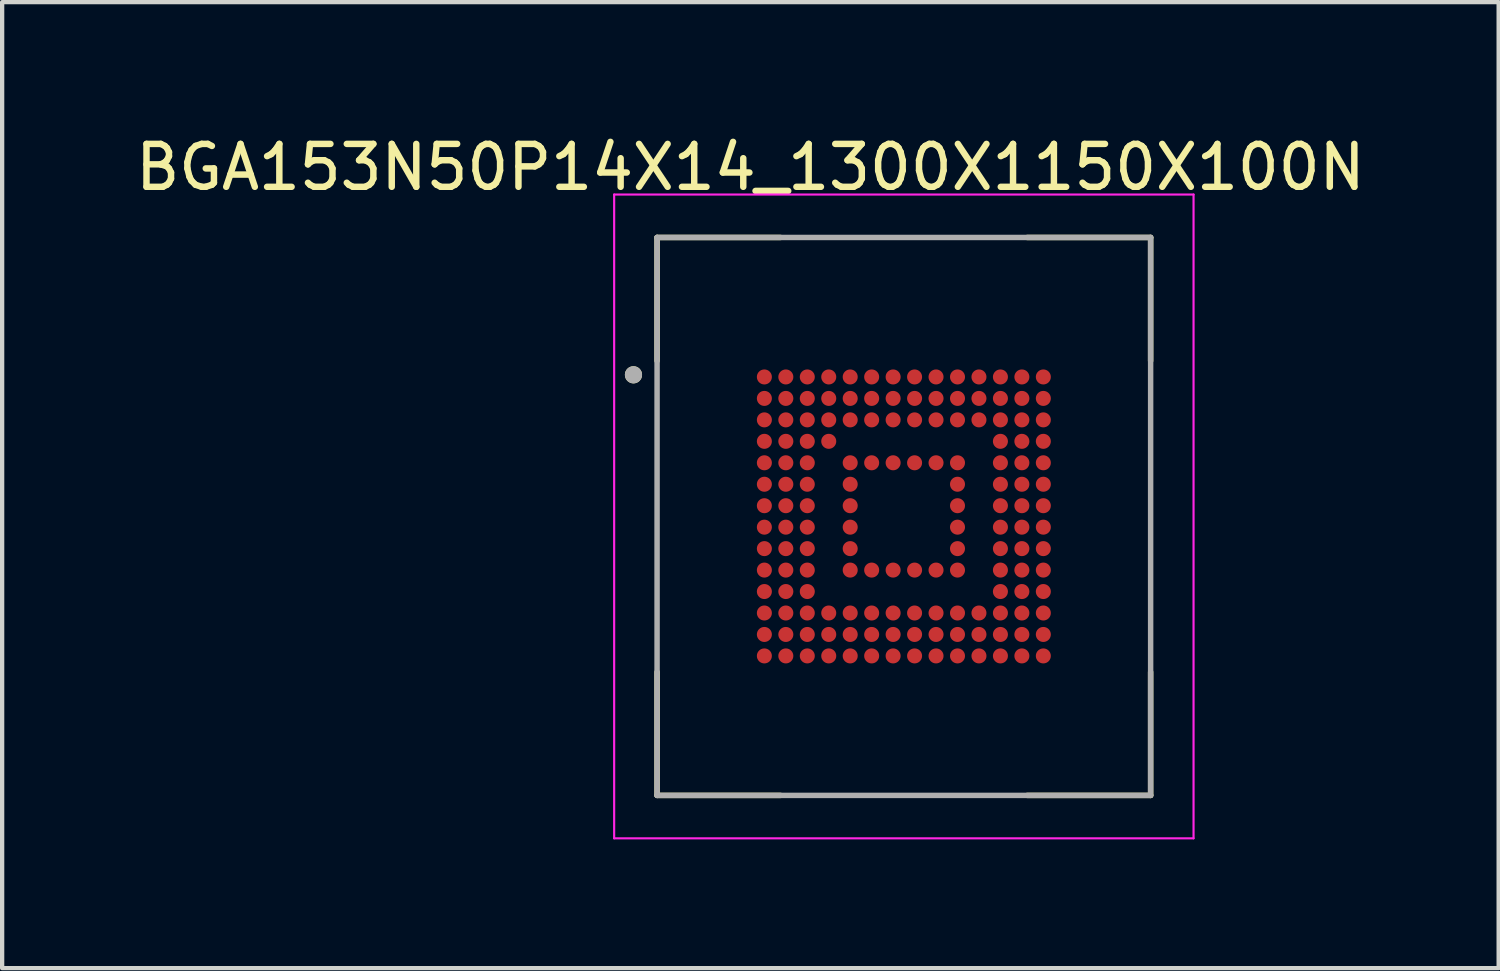
<source format=kicad_pcb>
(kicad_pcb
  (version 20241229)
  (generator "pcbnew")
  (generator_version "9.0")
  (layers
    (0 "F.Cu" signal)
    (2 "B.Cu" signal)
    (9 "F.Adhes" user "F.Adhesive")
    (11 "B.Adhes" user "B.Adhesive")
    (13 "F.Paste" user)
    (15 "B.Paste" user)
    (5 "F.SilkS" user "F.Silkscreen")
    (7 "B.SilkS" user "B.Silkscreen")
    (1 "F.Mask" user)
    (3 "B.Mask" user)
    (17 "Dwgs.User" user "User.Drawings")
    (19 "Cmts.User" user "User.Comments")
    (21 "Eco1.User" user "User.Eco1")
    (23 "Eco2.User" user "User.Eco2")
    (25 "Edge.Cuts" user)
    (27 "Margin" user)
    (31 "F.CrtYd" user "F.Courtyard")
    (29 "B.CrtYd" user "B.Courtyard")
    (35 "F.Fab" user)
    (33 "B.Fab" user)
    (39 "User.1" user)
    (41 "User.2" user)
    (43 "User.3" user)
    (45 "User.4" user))
  (footprint "BGA153N50P14X14_1300X1150X100N"
    (layer "F.Cu")
    (at 18.01 8.983)
    (property "Reference" "BGA153N50P14X14_1300X1150X100N" (at -3.575 -8.135 0) (layer "F.SilkS") (effects (font (size 1 1) (thickness 0.15))))
    (attr smd)
    (fp_circle (center -3.25 -3.25) (end -3.15 -3.25) (stroke (width 0.2) (type solid)) (fill no) (layer "F.Mask"))
    (fp_circle (center -3.25 -2.75) (end -3.15 -2.75) (stroke (width 0.2) (type solid)) (fill no) (layer "F.Mask"))
    (fp_circle (center -3.25 -2.25) (end -3.15 -2.25) (stroke (width 0.2) (type solid)) (fill no) (layer "F.Mask"))
    (fp_circle (center -3.25 -1.75) (end -3.15 -1.75) (stroke (width 0.2) (type solid)) (fill no) (layer "F.Mask"))
    (fp_circle (center -3.25 -1.25) (end -3.15 -1.25) (stroke (width 0.2) (type solid)) (fill no) (layer "F.Mask"))
    (fp_circle (center -3.25 -0.75) (end -3.15 -0.75) (stroke (width 0.2) (type solid)) (fill no) (layer "F.Mask"))
    (fp_circle (center -3.25 -0.25) (end -3.15 -0.25) (stroke (width 0.2) (type solid)) (fill no) (layer "F.Mask"))
    (fp_circle (center -3.25 0.25) (end -3.15 0.25) (stroke (width 0.2) (type solid)) (fill no) (layer "F.Mask"))
    (fp_circle (center -3.25 0.75) (end -3.15 0.75) (stroke (width 0.2) (type solid)) (fill no) (layer "F.Mask"))
    (fp_circle (center -3.25 1.25) (end -3.15 1.25) (stroke (width 0.2) (type solid)) (fill no) (layer "F.Mask"))
    (fp_circle (center -3.25 1.75) (end -3.15 1.75) (stroke (width 0.2) (type solid)) (fill no) (layer "F.Mask"))
    (fp_circle (center -3.25 2.25) (end -3.15 2.25) (stroke (width 0.2) (type solid)) (fill no) (layer "F.Mask"))
    (fp_circle (center -3.25 2.75) (end -3.15 2.75) (stroke (width 0.2) (type solid)) (fill no) (layer "F.Mask"))
    (fp_circle (center -3.25 3.25) (end -3.15 3.25) (stroke (width 0.2) (type solid)) (fill no) (layer "F.Mask"))
    (fp_circle (center -2.75 -3.25) (end -2.65 -3.25) (stroke (width 0.2) (type solid)) (fill no) (layer "F.Mask"))
    (fp_circle (center -2.75 -2.75) (end -2.65 -2.75) (stroke (width 0.2) (type solid)) (fill no) (layer "F.Mask"))
    (fp_circle (center -2.75 -2.25) (end -2.65 -2.25) (stroke (width 0.2) (type solid)) (fill no) (layer "F.Mask"))
    (fp_circle (center -2.75 -1.75) (end -2.65 -1.75) (stroke (width 0.2) (type solid)) (fill no) (layer "F.Mask"))
    (fp_circle (center -2.75 -1.25) (end -2.65 -1.25) (stroke (width 0.2) (type solid)) (fill no) (layer "F.Mask"))
    (fp_circle (center -2.75 -0.75) (end -2.65 -0.75) (stroke (width 0.2) (type solid)) (fill no) (layer "F.Mask"))
    (fp_circle (center -2.75 -0.25) (end -2.65 -0.25) (stroke (width 0.2) (type solid)) (fill no) (layer "F.Mask"))
    (fp_circle (center -2.75 0.25) (end -2.65 0.25) (stroke (width 0.2) (type solid)) (fill no) (layer "F.Mask"))
    (fp_circle (center -2.75 0.75) (end -2.65 0.75) (stroke (width 0.2) (type solid)) (fill no) (layer "F.Mask"))
    (fp_circle (center -2.75 1.25) (end -2.65 1.25) (stroke (width 0.2) (type solid)) (fill no) (layer "F.Mask"))
    (fp_circle (center -2.75 1.75) (end -2.65 1.75) (stroke (width 0.2) (type solid)) (fill no) (layer "F.Mask"))
    (fp_circle (center -2.75 2.25) (end -2.65 2.25) (stroke (width 0.2) (type solid)) (fill no) (layer "F.Mask"))
    (fp_circle (center -2.75 2.75) (end -2.65 2.75) (stroke (width 0.2) (type solid)) (fill no) (layer "F.Mask"))
    (fp_circle (center -2.75 3.25) (end -2.65 3.25) (stroke (width 0.2) (type solid)) (fill no) (layer "F.Mask"))
    (fp_circle (center -2.25 -3.25) (end -2.15 -3.25) (stroke (width 0.2) (type solid)) (fill no) (layer "F.Mask"))
    (fp_circle (center -2.25 -2.75) (end -2.15 -2.75) (stroke (width 0.2) (type solid)) (fill no) (layer "F.Mask"))
    (fp_circle (center -2.25 -2.25) (end -2.15 -2.25) (stroke (width 0.2) (type solid)) (fill no) (layer "F.Mask"))
    (fp_circle (center -2.25 -1.75) (end -2.15 -1.75) (stroke (width 0.2) (type solid)) (fill no) (layer "F.Mask"))
    (fp_circle (center -2.25 -1.25) (end -2.15 -1.25) (stroke (width 0.2) (type solid)) (fill no) (layer "F.Mask"))
    (fp_circle (center -2.25 -0.75) (end -2.15 -0.75) (stroke (width 0.2) (type solid)) (fill no) (layer "F.Mask"))
    (fp_circle (center -2.25 -0.25) (end -2.15 -0.25) (stroke (width 0.2) (type solid)) (fill no) (layer "F.Mask"))
    (fp_circle (center -2.25 0.25) (end -2.15 0.25) (stroke (width 0.2) (type solid)) (fill no) (layer "F.Mask"))
    (fp_circle (center -2.25 0.75) (end -2.15 0.75) (stroke (width 0.2) (type solid)) (fill no) (layer "F.Mask"))
    (fp_circle (center -2.25 1.25) (end -2.15 1.25) (stroke (width 0.2) (type solid)) (fill no) (layer "F.Mask"))
    (fp_circle (center -2.25 1.75) (end -2.15 1.75) (stroke (width 0.2) (type solid)) (fill no) (layer "F.Mask"))
    (fp_circle (center -2.25 2.25) (end -2.15 2.25) (stroke (width 0.2) (type solid)) (fill no) (layer "F.Mask"))
    (fp_circle (center -2.25 2.75) (end -2.15 2.75) (stroke (width 0.2) (type solid)) (fill no) (layer "F.Mask"))
    (fp_circle (center -2.25 3.25) (end -2.15 3.25) (stroke (width 0.2) (type solid)) (fill no) (layer "F.Mask"))
    (fp_circle (center -1.75 -3.25) (end -1.65 -3.25) (stroke (width 0.2) (type solid)) (fill no) (layer "F.Mask"))
    (fp_circle (center -1.75 -2.75) (end -1.65 -2.75) (stroke (width 0.2) (type solid)) (fill no) (layer "F.Mask"))
    (fp_circle (center -1.75 -2.25) (end -1.65 -2.25) (stroke (width 0.2) (type solid)) (fill no) (layer "F.Mask"))
    (fp_circle (center -1.75 -1.75) (end -1.65 -1.75) (stroke (width 0.2) (type solid)) (fill no) (layer "F.Mask"))
    (fp_circle (center -1.75 2.25) (end -1.65 2.25) (stroke (width 0.2) (type solid)) (fill no) (layer "F.Mask"))
    (fp_circle (center -1.75 2.75) (end -1.65 2.75) (stroke (width 0.2) (type solid)) (fill no) (layer "F.Mask"))
    (fp_circle (center -1.75 3.25) (end -1.65 3.25) (stroke (width 0.2) (type solid)) (fill no) (layer "F.Mask"))
    (fp_circle (center -1.25 -3.25) (end -1.15 -3.25) (stroke (width 0.2) (type solid)) (fill no) (layer "F.Mask"))
    (fp_circle (center -1.25 -2.75) (end -1.15 -2.75) (stroke (width 0.2) (type solid)) (fill no) (layer "F.Mask"))
    (fp_circle (center -1.25 -2.25) (end -1.15 -2.25) (stroke (width 0.2) (type solid)) (fill no) (layer "F.Mask"))
    (fp_circle (center -1.25 -1.25) (end -1.15 -1.25) (stroke (width 0.2) (type solid)) (fill no) (layer "F.Mask"))
    (fp_circle (center -1.25 -0.75) (end -1.15 -0.75) (stroke (width 0.2) (type solid)) (fill no) (layer "F.Mask"))
    (fp_circle (center -1.25 -0.25) (end -1.15 -0.25) (stroke (width 0.2) (type solid)) (fill no) (layer "F.Mask"))
    (fp_circle (center -1.25 0.25) (end -1.15 0.25) (stroke (width 0.2) (type solid)) (fill no) (layer "F.Mask"))
    (fp_circle (center -1.25 0.75) (end -1.15 0.75) (stroke (width 0.2) (type solid)) (fill no) (layer "F.Mask"))
    (fp_circle (center -1.25 1.25) (end -1.15 1.25) (stroke (width 0.2) (type solid)) (fill no) (layer "F.Mask"))
    (fp_circle (center -1.25 2.25) (end -1.15 2.25) (stroke (width 0.2) (type solid)) (fill no) (layer "F.Mask"))
    (fp_circle (center -1.25 2.75) (end -1.15 2.75) (stroke (width 0.2) (type solid)) (fill no) (layer "F.Mask"))
    (fp_circle (center -1.25 3.25) (end -1.15 3.25) (stroke (width 0.2) (type solid)) (fill no) (layer "F.Mask"))
    (fp_circle (center -0.75 -3.25) (end -0.65 -3.25) (stroke (width 0.2) (type solid)) (fill no) (layer "F.Mask"))
    (fp_circle (center -0.75 -2.75) (end -0.65 -2.75) (stroke (width 0.2) (type solid)) (fill no) (layer "F.Mask"))
    (fp_circle (center -0.75 -2.25) (end -0.65 -2.25) (stroke (width 0.2) (type solid)) (fill no) (layer "F.Mask"))
    (fp_circle (center -0.75 -1.25) (end -0.65 -1.25) (stroke (width 0.2) (type solid)) (fill no) (layer "F.Mask"))
    (fp_circle (center -0.75 1.25) (end -0.65 1.25) (stroke (width 0.2) (type solid)) (fill no) (layer "F.Mask"))
    (fp_circle (center -0.75 2.25) (end -0.65 2.25) (stroke (width 0.2) (type solid)) (fill no) (layer "F.Mask"))
    (fp_circle (center -0.75 2.75) (end -0.65 2.75) (stroke (width 0.2) (type solid)) (fill no) (layer "F.Mask"))
    (fp_circle (center -0.75 3.25) (end -0.65 3.25) (stroke (width 0.2) (type solid)) (fill no) (layer "F.Mask"))
    (fp_circle (center -0.25 -3.25) (end -0.15 -3.25) (stroke (width 0.2) (type solid)) (fill no) (layer "F.Mask"))
    (fp_circle (center -0.25 -2.75) (end -0.15 -2.75) (stroke (width 0.2) (type solid)) (fill no) (layer "F.Mask"))
    (fp_circle (center -0.25 -2.25) (end -0.15 -2.25) (stroke (width 0.2) (type solid)) (fill no) (layer "F.Mask"))
    (fp_circle (center -0.25 -1.25) (end -0.15 -1.25) (stroke (width 0.2) (type solid)) (fill no) (layer "F.Mask"))
    (fp_circle (center -0.25 1.25) (end -0.15 1.25) (stroke (width 0.2) (type solid)) (fill no) (layer "F.Mask"))
    (fp_circle (center -0.25 2.25) (end -0.15 2.25) (stroke (width 0.2) (type solid)) (fill no) (layer "F.Mask"))
    (fp_circle (center -0.25 2.75) (end -0.15 2.75) (stroke (width 0.2) (type solid)) (fill no) (layer "F.Mask"))
    (fp_circle (center -0.25 3.25) (end -0.15 3.25) (stroke (width 0.2) (type solid)) (fill no) (layer "F.Mask"))
    (fp_circle (center 0.25 -3.25) (end 0.35 -3.25) (stroke (width 0.2) (type solid)) (fill no) (layer "F.Mask"))
    (fp_circle (center 0.25 -2.75) (end 0.35 -2.75) (stroke (width 0.2) (type solid)) (fill no) (layer "F.Mask"))
    (fp_circle (center 0.25 -2.25) (end 0.35 -2.25) (stroke (width 0.2) (type solid)) (fill no) (layer "F.Mask"))
    (fp_circle (center 0.25 -1.25) (end 0.35 -1.25) (stroke (width 0.2) (type solid)) (fill no) (layer "F.Mask"))
    (fp_circle (center 0.25 1.25) (end 0.35 1.25) (stroke (width 0.2) (type solid)) (fill no) (layer "F.Mask"))
    (fp_circle (center 0.25 2.25) (end 0.35 2.25) (stroke (width 0.2) (type solid)) (fill no) (layer "F.Mask"))
    (fp_circle (center 0.25 2.75) (end 0.35 2.75) (stroke (width 0.2) (type solid)) (fill no) (layer "F.Mask"))
    (fp_circle (center 0.25 3.25) (end 0.35 3.25) (stroke (width 0.2) (type solid)) (fill no) (layer "F.Mask"))
    (fp_circle (center 0.75 -3.25) (end 0.85 -3.25) (stroke (width 0.2) (type solid)) (fill no) (layer "F.Mask"))
    (fp_circle (center 0.75 -2.75) (end 0.85 -2.75) (stroke (width 0.2) (type solid)) (fill no) (layer "F.Mask"))
    (fp_circle (center 0.75 -2.25) (end 0.85 -2.25) (stroke (width 0.2) (type solid)) (fill no) (layer "F.Mask"))
    (fp_circle (center 0.75 -1.25) (end 0.85 -1.25) (stroke (width 0.2) (type solid)) (fill no) (layer "F.Mask"))
    (fp_circle (center 0.75 1.25) (end 0.85 1.25) (stroke (width 0.2) (type solid)) (fill no) (layer "F.Mask"))
    (fp_circle (center 0.75 2.25) (end 0.85 2.25) (stroke (width 0.2) (type solid)) (fill no) (layer "F.Mask"))
    (fp_circle (center 0.75 2.75) (end 0.85 2.75) (stroke (width 0.2) (type solid)) (fill no) (layer "F.Mask"))
    (fp_circle (center 0.75 3.25) (end 0.85 3.25) (stroke (width 0.2) (type solid)) (fill no) (layer "F.Mask"))
    (fp_circle (center 1.25 -3.25) (end 1.35 -3.25) (stroke (width 0.2) (type solid)) (fill no) (layer "F.Mask"))
    (fp_circle (center 1.25 -2.75) (end 1.35 -2.75) (stroke (width 0.2) (type solid)) (fill no) (layer "F.Mask"))
    (fp_circle (center 1.25 -2.25) (end 1.35 -2.25) (stroke (width 0.2) (type solid)) (fill no) (layer "F.Mask"))
    (fp_circle (center 1.25 -1.25) (end 1.35 -1.25) (stroke (width 0.2) (type solid)) (fill no) (layer "F.Mask"))
    (fp_circle (center 1.25 -0.75) (end 1.35 -0.75) (stroke (width 0.2) (type solid)) (fill no) (layer "F.Mask"))
    (fp_circle (center 1.25 -0.25) (end 1.35 -0.25) (stroke (width 0.2) (type solid)) (fill no) (layer "F.Mask"))
    (fp_circle (center 1.25 0.25) (end 1.35 0.25) (stroke (width 0.2) (type solid)) (fill no) (layer "F.Mask"))
    (fp_circle (center 1.25 0.75) (end 1.35 0.75) (stroke (width 0.2) (type solid)) (fill no) (layer "F.Mask"))
    (fp_circle (center 1.25 1.25) (end 1.35 1.25) (stroke (width 0.2) (type solid)) (fill no) (layer "F.Mask"))
    (fp_circle (center 1.25 2.25) (end 1.35 2.25) (stroke (width 0.2) (type solid)) (fill no) (layer "F.Mask"))
    (fp_circle (center 1.25 2.75) (end 1.35 2.75) (stroke (width 0.2) (type solid)) (fill no) (layer "F.Mask"))
    (fp_circle (center 1.25 3.25) (end 1.35 3.25) (stroke (width 0.2) (type solid)) (fill no) (layer "F.Mask"))
    (fp_circle (center 1.75 -3.25) (end 1.85 -3.25) (stroke (width 0.2) (type solid)) (fill no) (layer "F.Mask"))
    (fp_circle (center 1.75 -2.75) (end 1.85 -2.75) (stroke (width 0.2) (type solid)) (fill no) (layer "F.Mask"))
    (fp_circle (center 1.75 -2.25) (end 1.85 -2.25) (stroke (width 0.2) (type solid)) (fill no) (layer "F.Mask"))
    (fp_circle (center 1.75 2.25) (end 1.85 2.25) (stroke (width 0.2) (type solid)) (fill no) (layer "F.Mask"))
    (fp_circle (center 1.75 2.75) (end 1.85 2.75) (stroke (width 0.2) (type solid)) (fill no) (layer "F.Mask"))
    (fp_circle (center 1.75 3.25) (end 1.85 3.25) (stroke (width 0.2) (type solid)) (fill no) (layer "F.Mask"))
    (fp_circle (center 2.25 -3.25) (end 2.35 -3.25) (stroke (width 0.2) (type solid)) (fill no) (layer "F.Mask"))
    (fp_circle (center 2.25 -2.75) (end 2.35 -2.75) (stroke (width 0.2) (type solid)) (fill no) (layer "F.Mask"))
    (fp_circle (center 2.25 -2.25) (end 2.35 -2.25) (stroke (width 0.2) (type solid)) (fill no) (layer "F.Mask"))
    (fp_circle (center 2.25 -1.75) (end 2.35 -1.75) (stroke (width 0.2) (type solid)) (fill no) (layer "F.Mask"))
    (fp_circle (center 2.25 -1.25) (end 2.35 -1.25) (stroke (width 0.2) (type solid)) (fill no) (layer "F.Mask"))
    (fp_circle (center 2.25 -0.75) (end 2.35 -0.75) (stroke (width 0.2) (type solid)) (fill no) (layer "F.Mask"))
    (fp_circle (center 2.25 -0.25) (end 2.35 -0.25) (stroke (width 0.2) (type solid)) (fill no) (layer "F.Mask"))
    (fp_circle (center 2.25 0.25) (end 2.35 0.25) (stroke (width 0.2) (type solid)) (fill no) (layer "F.Mask"))
    (fp_circle (center 2.25 0.75) (end 2.35 0.75) (stroke (width 0.2) (type solid)) (fill no) (layer "F.Mask"))
    (fp_circle (center 2.25 1.25) (end 2.35 1.25) (stroke (width 0.2) (type solid)) (fill no) (layer "F.Mask"))
    (fp_circle (center 2.25 1.75) (end 2.35 1.75) (stroke (width 0.2) (type solid)) (fill no) (layer "F.Mask"))
    (fp_circle (center 2.25 2.25) (end 2.35 2.25) (stroke (width 0.2) (type solid)) (fill no) (layer "F.Mask"))
    (fp_circle (center 2.25 2.75) (end 2.35 2.75) (stroke (width 0.2) (type solid)) (fill no) (layer "F.Mask"))
    (fp_circle (center 2.25 3.25) (end 2.35 3.25) (stroke (width 0.2) (type solid)) (fill no) (layer "F.Mask"))
    (fp_circle (center 2.75 -3.25) (end 2.85 -3.25) (stroke (width 0.2) (type solid)) (fill no) (layer "F.Mask"))
    (fp_circle (center 2.75 -2.75) (end 2.85 -2.75) (stroke (width 0.2) (type solid)) (fill no) (layer "F.Mask"))
    (fp_circle (center 2.75 -2.25) (end 2.85 -2.25) (stroke (width 0.2) (type solid)) (fill no) (layer "F.Mask"))
    (fp_circle (center 2.75 -1.75) (end 2.85 -1.75) (stroke (width 0.2) (type solid)) (fill no) (layer "F.Mask"))
    (fp_circle (center 2.75 -1.25) (end 2.85 -1.25) (stroke (width 0.2) (type solid)) (fill no) (layer "F.Mask"))
    (fp_circle (center 2.75 -0.75) (end 2.85 -0.75) (stroke (width 0.2) (type solid)) (fill no) (layer "F.Mask"))
    (fp_circle (center 2.75 -0.25) (end 2.85 -0.25) (stroke (width 0.2) (type solid)) (fill no) (layer "F.Mask"))
    (fp_circle (center 2.75 0.25) (end 2.85 0.25) (stroke (width 0.2) (type solid)) (fill no) (layer "F.Mask"))
    (fp_circle (center 2.75 0.75) (end 2.85 0.75) (stroke (width 0.2) (type solid)) (fill no) (layer "F.Mask"))
    (fp_circle (center 2.75 1.25) (end 2.85 1.25) (stroke (width 0.2) (type solid)) (fill no) (layer "F.Mask"))
    (fp_circle (center 2.75 1.75) (end 2.85 1.75) (stroke (width 0.2) (type solid)) (fill no) (layer "F.Mask"))
    (fp_circle (center 2.75 2.25) (end 2.85 2.25) (stroke (width 0.2) (type solid)) (fill no) (layer "F.Mask"))
    (fp_circle (center 2.75 2.75) (end 2.85 2.75) (stroke (width 0.2) (type solid)) (fill no) (layer "F.Mask"))
    (fp_circle (center 2.75 3.25) (end 2.85 3.25) (stroke (width 0.2) (type solid)) (fill no) (layer "F.Mask"))
    (fp_circle (center 3.25 -3.25) (end 3.35 -3.25) (stroke (width 0.2) (type solid)) (fill no) (layer "F.Mask"))
    (fp_circle (center 3.25 -2.75) (end 3.35 -2.75) (stroke (width 0.2) (type solid)) (fill no) (layer "F.Mask"))
    (fp_circle (center 3.25 -2.25) (end 3.35 -2.25) (stroke (width 0.2) (type solid)) (fill no) (layer "F.Mask"))
    (fp_circle (center 3.25 -1.75) (end 3.35 -1.75) (stroke (width 0.2) (type solid)) (fill no) (layer "F.Mask"))
    (fp_circle (center 3.25 -1.25) (end 3.35 -1.25) (stroke (width 0.2) (type solid)) (fill no) (layer "F.Mask"))
    (fp_circle (center 3.25 -0.75) (end 3.35 -0.75) (stroke (width 0.2) (type solid)) (fill no) (layer "F.Mask"))
    (fp_circle (center 3.25 -0.25) (end 3.35 -0.25) (stroke (width 0.2) (type solid)) (fill no) (layer "F.Mask"))
    (fp_circle (center 3.25 0.25) (end 3.35 0.25) (stroke (width 0.2) (type solid)) (fill no) (layer "F.Mask"))
    (fp_circle (center 3.25 0.75) (end 3.35 0.75) (stroke (width 0.2) (type solid)) (fill no) (layer "F.Mask"))
    (fp_circle (center 3.25 1.25) (end 3.35 1.25) (stroke (width 0.2) (type solid)) (fill no) (layer "F.Mask"))
    (fp_circle (center 3.25 1.75) (end 3.35 1.75) (stroke (width 0.2) (type solid)) (fill no) (layer "F.Mask"))
    (fp_circle (center 3.25 2.25) (end 3.35 2.25) (stroke (width 0.2) (type solid)) (fill no) (layer "F.Mask"))
    (fp_circle (center 3.25 2.75) (end 3.35 2.75) (stroke (width 0.2) (type solid)) (fill no) (layer "F.Mask"))
    (fp_circle (center 3.25 3.25) (end 3.35 3.25) (stroke (width 0.2) (type solid)) (fill no) (layer "F.Mask"))
    (fp_line (start -5.75 -3.625) (end -5.75 -6.5) (stroke (width 0.127) (type solid)) (layer "F.SilkS"))
    (fp_line (start -5.75 6.5) (end -5.75 3.625) (stroke (width 0.127) (type solid)) (layer "F.SilkS"))
    (fp_line (start -2.875 -6.5) (end -5.75 -6.5) (stroke (width 0.127) (type solid)) (layer "F.SilkS"))
    (fp_line (start -2.875 6.5) (end -5.75 6.5) (stroke (width 0.127) (type solid)) (layer "F.SilkS"))
    (fp_line (start 5.75 -6.5) (end 2.875 -6.5) (stroke (width 0.127) (type solid)) (layer "F.SilkS"))
    (fp_line (start 5.75 -3.625) (end 5.75 -6.5) (stroke (width 0.127) (type solid)) (layer "F.SilkS"))
    (fp_line (start 5.75 6.5) (end 2.875 6.5) (stroke (width 0.127) (type solid)) (layer "F.SilkS"))
    (fp_line (start 5.75 6.5) (end 5.75 3.625) (stroke (width 0.127) (type solid)) (layer "F.SilkS"))
    (fp_circle (center -6.3 -3.3) (end -6.2 -3.3) (stroke (width 0.2) (type solid)) (fill no) (layer "F.SilkS"))
    (fp_line (start -6.75 -7.5) (end 6.75 -7.5) (stroke (width 0.05) (type solid)) (layer "F.CrtYd"))
    (fp_line (start -6.75 7.5) (end -6.75 -7.5) (stroke (width 0.05) (type solid)) (layer "F.CrtYd"))
    (fp_line (start -6.75 7.5) (end 6.75 7.5) (stroke (width 0.05) (type solid)) (layer "F.CrtYd"))
    (fp_line (start 6.75 7.5) (end 6.75 -7.5) (stroke (width 0.05) (type solid)) (layer "F.CrtYd"))
    (fp_line (start -5.75 6.5) (end -5.75 -6.5) (stroke (width 0.127) (type solid)) (layer "F.Fab"))
    (fp_line (start 5.75 -6.5) (end -5.75 -6.5) (stroke (width 0.127) (type solid)) (layer "F.Fab"))
    (fp_line (start 5.75 6.5) (end -5.75 6.5) (stroke (width 0.127) (type solid)) (layer "F.Fab"))
    (fp_line (start 5.75 6.5) (end 5.75 -6.5) (stroke (width 0.127) (type solid)) (layer "F.Fab"))
    (fp_circle (center -6.3 -3.3) (end -6.2 -3.3) (stroke (width 0.2) (type solid)) (fill no) (layer "F.Fab"))
    (pad "A1" smd circle (at -3.25 -3.25) (size 0.35 0.35) (layers "F.Cu" "F.Paste"))
    (pad "A2" smd circle (at -2.75 -3.25) (size 0.35 0.35) (layers "F.Cu" "F.Paste"))
    (pad "A3" smd circle (at -2.25 -3.25) (size 0.35 0.35) (layers "F.Cu" "F.Paste"))
    (pad "A4" smd circle (at -1.75 -3.25) (size 0.35 0.35) (layers "F.Cu" "F.Paste"))
    (pad "A5" smd circle (at -1.25 -3.25) (size 0.35 0.35) (layers "F.Cu" "F.Paste"))
    (pad "A6" smd circle (at -0.75 -3.25) (size 0.35 0.35) (layers "F.Cu" "F.Paste"))
    (pad "A7" smd circle (at -0.25 -3.25) (size 0.35 0.35) (layers "F.Cu" "F.Paste"))
    (pad "A8" smd circle (at 0.25 -3.25) (size 0.35 0.35) (layers "F.Cu" "F.Paste"))
    (pad "A9" smd circle (at 0.75 -3.25) (size 0.35 0.35) (layers "F.Cu" "F.Paste"))
    (pad "A10" smd circle (at 1.25 -3.25) (size 0.35 0.35) (layers "F.Cu" "F.Paste"))
    (pad "A11" smd circle (at 1.75 -3.25) (size 0.35 0.35) (layers "F.Cu" "F.Paste"))
    (pad "A12" smd circle (at 2.25 -3.25) (size 0.35 0.35) (layers "F.Cu" "F.Paste"))
    (pad "A13" smd circle (at 2.75 -3.25) (size 0.35 0.35) (layers "F.Cu" "F.Paste"))
    (pad "A14" smd circle (at 3.25 -3.25) (size 0.35 0.35) (layers "F.Cu" "F.Paste"))
    (pad "B1" smd circle (at -3.25 -2.75) (size 0.35 0.35) (layers "F.Cu" "F.Paste"))
    (pad "B2" smd circle (at -2.75 -2.75) (size 0.35 0.35) (layers "F.Cu" "F.Paste"))
    (pad "B3" smd circle (at -2.25 -2.75) (size 0.35 0.35) (layers "F.Cu" "F.Paste"))
    (pad "B4" smd circle (at -1.75 -2.75) (size 0.35 0.35) (layers "F.Cu" "F.Paste"))
    (pad "B5" smd circle (at -1.25 -2.75) (size 0.35 0.35) (layers "F.Cu" "F.Paste"))
    (pad "B6" smd circle (at -0.75 -2.75) (size 0.35 0.35) (layers "F.Cu" "F.Paste"))
    (pad "B7" smd circle (at -0.25 -2.75) (size 0.35 0.35) (layers "F.Cu" "F.Paste"))
    (pad "B8" smd circle (at 0.25 -2.75) (size 0.35 0.35) (layers "F.Cu" "F.Paste"))
    (pad "B9" smd circle (at 0.75 -2.75) (size 0.35 0.35) (layers "F.Cu" "F.Paste"))
    (pad "B10" smd circle (at 1.25 -2.75) (size 0.35 0.35) (layers "F.Cu" "F.Paste"))
    (pad "B11" smd circle (at 1.75 -2.75) (size 0.35 0.35) (layers "F.Cu" "F.Paste"))
    (pad "B12" smd circle (at 2.25 -2.75) (size 0.35 0.35) (layers "F.Cu" "F.Paste"))
    (pad "B13" smd circle (at 2.75 -2.75) (size 0.35 0.35) (layers "F.Cu" "F.Paste"))
    (pad "B14" smd circle (at 3.25 -2.75) (size 0.35 0.35) (layers "F.Cu" "F.Paste"))
    (pad "C1" smd circle (at -3.25 -2.25) (size 0.35 0.35) (layers "F.Cu" "F.Paste"))
    (pad "C2" smd circle (at -2.75 -2.25) (size 0.35 0.35) (layers "F.Cu" "F.Paste"))
    (pad "C3" smd circle (at -2.25 -2.25) (size 0.35 0.35) (layers "F.Cu" "F.Paste"))
    (pad "C4" smd circle (at -1.75 -2.25) (size 0.35 0.35) (layers "F.Cu" "F.Paste"))
    (pad "C5" smd circle (at -1.25 -2.25) (size 0.35 0.35) (layers "F.Cu" "F.Paste"))
    (pad "C6" smd circle (at -0.75 -2.25) (size 0.35 0.35) (layers "F.Cu" "F.Paste"))
    (pad "C7" smd circle (at -0.25 -2.25) (size 0.35 0.35) (layers "F.Cu" "F.Paste"))
    (pad "C8" smd circle (at 0.25 -2.25) (size 0.35 0.35) (layers "F.Cu" "F.Paste"))
    (pad "C9" smd circle (at 0.75 -2.25) (size 0.35 0.35) (layers "F.Cu" "F.Paste"))
    (pad "C10" smd circle (at 1.25 -2.25) (size 0.35 0.35) (layers "F.Cu" "F.Paste"))
    (pad "C11" smd circle (at 1.75 -2.25) (size 0.35 0.35) (layers "F.Cu" "F.Paste"))
    (pad "C12" smd circle (at 2.25 -2.25) (size 0.35 0.35) (layers "F.Cu" "F.Paste"))
    (pad "C13" smd circle (at 2.75 -2.25) (size 0.35 0.35) (layers "F.Cu" "F.Paste"))
    (pad "C14" smd circle (at 3.25 -2.25) (size 0.35 0.35) (layers "F.Cu" "F.Paste"))
    (pad "D1" smd circle (at -3.25 -1.75) (size 0.35 0.35) (layers "F.Cu" "F.Paste"))
    (pad "D2" smd circle (at -2.75 -1.75) (size 0.35 0.35) (layers "F.Cu" "F.Paste"))
    (pad "D3" smd circle (at -2.25 -1.75) (size 0.35 0.35) (layers "F.Cu" "F.Paste"))
    (pad "D4" smd circle (at -1.75 -1.75) (size 0.35 0.35) (layers "F.Cu" "F.Paste"))
    (pad "D12" smd circle (at 2.25 -1.75) (size 0.35 0.35) (layers "F.Cu" "F.Paste"))
    (pad "D13" smd circle (at 2.75 -1.75) (size 0.35 0.35) (layers "F.Cu" "F.Paste"))
    (pad "D14" smd circle (at 3.25 -1.75) (size 0.35 0.35) (layers "F.Cu" "F.Paste"))
    (pad "E1" smd circle (at -3.25 -1.25) (size 0.35 0.35) (layers "F.Cu" "F.Paste"))
    (pad "E2" smd circle (at -2.75 -1.25) (size 0.35 0.35) (layers "F.Cu" "F.Paste"))
    (pad "E3" smd circle (at -2.25 -1.25) (size 0.35 0.35) (layers "F.Cu" "F.Paste"))
    (pad "E5" smd circle (at -1.25 -1.25) (size 0.35 0.35) (layers "F.Cu" "F.Paste"))
    (pad "E6" smd circle (at -0.75 -1.25) (size 0.35 0.35) (layers "F.Cu" "F.Paste"))
    (pad "E7" smd circle (at -0.25 -1.25) (size 0.35 0.35) (layers "F.Cu" "F.Paste"))
    (pad "E8" smd circle (at 0.25 -1.25) (size 0.35 0.35) (layers "F.Cu" "F.Paste"))
    (pad "E9" smd circle (at 0.75 -1.25) (size 0.35 0.35) (layers "F.Cu" "F.Paste"))
    (pad "E10" smd circle (at 1.25 -1.25) (size 0.35 0.35) (layers "F.Cu" "F.Paste"))
    (pad "E12" smd circle (at 2.25 -1.25) (size 0.35 0.35) (layers "F.Cu" "F.Paste"))
    (pad "E13" smd circle (at 2.75 -1.25) (size 0.35 0.35) (layers "F.Cu" "F.Paste"))
    (pad "E14" smd circle (at 3.25 -1.25) (size 0.35 0.35) (layers "F.Cu" "F.Paste"))
    (pad "F1" smd circle (at -3.25 -0.75) (size 0.35 0.35) (layers "F.Cu" "F.Paste"))
    (pad "F2" smd circle (at -2.75 -0.75) (size 0.35 0.35) (layers "F.Cu" "F.Paste"))
    (pad "F3" smd circle (at -2.25 -0.75) (size 0.35 0.35) (layers "F.Cu" "F.Paste"))
    (pad "F5" smd circle (at -1.25 -0.75) (size 0.35 0.35) (layers "F.Cu" "F.Paste"))
    (pad "F10" smd circle (at 1.25 -0.75) (size 0.35 0.35) (layers "F.Cu" "F.Paste"))
    (pad "F12" smd circle (at 2.25 -0.75) (size 0.35 0.35) (layers "F.Cu" "F.Paste"))
    (pad "F13" smd circle (at 2.75 -0.75) (size 0.35 0.35) (layers "F.Cu" "F.Paste"))
    (pad "F14" smd circle (at 3.25 -0.75) (size 0.35 0.35) (layers "F.Cu" "F.Paste"))
    (pad "G1" smd circle (at -3.25 -0.25) (size 0.35 0.35) (layers "F.Cu" "F.Paste"))
    (pad "G2" smd circle (at -2.75 -0.25) (size 0.35 0.35) (layers "F.Cu" "F.Paste"))
    (pad "G3" smd circle (at -2.25 -0.25) (size 0.35 0.35) (layers "F.Cu" "F.Paste"))
    (pad "G5" smd circle (at -1.25 -0.25) (size 0.35 0.35) (layers "F.Cu" "F.Paste"))
    (pad "G10" smd circle (at 1.25 -0.25) (size 0.35 0.35) (layers "F.Cu" "F.Paste"))
    (pad "G12" smd circle (at 2.25 -0.25) (size 0.35 0.35) (layers "F.Cu" "F.Paste"))
    (pad "G13" smd circle (at 2.75 -0.25) (size 0.35 0.35) (layers "F.Cu" "F.Paste"))
    (pad "G14" smd circle (at 3.25 -0.25) (size 0.35 0.35) (layers "F.Cu" "F.Paste"))
    (pad "H1" smd circle (at -3.25 0.25) (size 0.35 0.35) (layers "F.Cu" "F.Paste"))
    (pad "H2" smd circle (at -2.75 0.25) (size 0.35 0.35) (layers "F.Cu" "F.Paste"))
    (pad "H3" smd circle (at -2.25 0.25) (size 0.35 0.35) (layers "F.Cu" "F.Paste"))
    (pad "H5" smd circle (at -1.25 0.25) (size 0.35 0.35) (layers "F.Cu" "F.Paste"))
    (pad "H10" smd circle (at 1.25 0.25) (size 0.35 0.35) (layers "F.Cu" "F.Paste"))
    (pad "H12" smd circle (at 2.25 0.25) (size 0.35 0.35) (layers "F.Cu" "F.Paste"))
    (pad "H13" smd circle (at 2.75 0.25) (size 0.35 0.35) (layers "F.Cu" "F.Paste"))
    (pad "H14" smd circle (at 3.25 0.25) (size 0.35 0.35) (layers "F.Cu" "F.Paste"))
    (pad "J1" smd circle (at -3.25 0.75) (size 0.35 0.35) (layers "F.Cu" "F.Paste"))
    (pad "J2" smd circle (at -2.75 0.75) (size 0.35 0.35) (layers "F.Cu" "F.Paste"))
    (pad "J3" smd circle (at -2.25 0.75) (size 0.35 0.35) (layers "F.Cu" "F.Paste"))
    (pad "J5" smd circle (at -1.25 0.75) (size 0.35 0.35) (layers "F.Cu" "F.Paste"))
    (pad "J10" smd circle (at 1.25 0.75) (size 0.35 0.35) (layers "F.Cu" "F.Paste"))
    (pad "J12" smd circle (at 2.25 0.75) (size 0.35 0.35) (layers "F.Cu" "F.Paste"))
    (pad "J13" smd circle (at 2.75 0.75) (size 0.35 0.35) (layers "F.Cu" "F.Paste"))
    (pad "J14" smd circle (at 3.25 0.75) (size 0.35 0.35) (layers "F.Cu" "F.Paste"))
    (pad "K1" smd circle (at -3.25 1.25) (size 0.35 0.35) (layers "F.Cu" "F.Paste"))
    (pad "K2" smd circle (at -2.75 1.25) (size 0.35 0.35) (layers "F.Cu" "F.Paste"))
    (pad "K3" smd circle (at -2.25 1.25) (size 0.35 0.35) (layers "F.Cu" "F.Paste"))
    (pad "K5" smd circle (at -1.25 1.25) (size 0.35 0.35) (layers "F.Cu" "F.Paste"))
    (pad "K6" smd circle (at -0.75 1.25) (size 0.35 0.35) (layers "F.Cu" "F.Paste"))
    (pad "K7" smd circle (at -0.25 1.25) (size 0.35 0.35) (layers "F.Cu" "F.Paste"))
    (pad "K8" smd circle (at 0.25 1.25) (size 0.35 0.35) (layers "F.Cu" "F.Paste"))
    (pad "K9" smd circle (at 0.75 1.25) (size 0.35 0.35) (layers "F.Cu" "F.Paste"))
    (pad "K10" smd circle (at 1.25 1.25) (size 0.35 0.35) (layers "F.Cu" "F.Paste"))
    (pad "K12" smd circle (at 2.25 1.25) (size 0.35 0.35) (layers "F.Cu" "F.Paste"))
    (pad "K13" smd circle (at 2.75 1.25) (size 0.35 0.35) (layers "F.Cu" "F.Paste"))
    (pad "K14" smd circle (at 3.25 1.25) (size 0.35 0.35) (layers "F.Cu" "F.Paste"))
    (pad "L1" smd circle (at -3.25 1.75) (size 0.35 0.35) (layers "F.Cu" "F.Paste"))
    (pad "L2" smd circle (at -2.75 1.75) (size 0.35 0.35) (layers "F.Cu" "F.Paste"))
    (pad "L3" smd circle (at -2.25 1.75) (size 0.35 0.35) (layers "F.Cu" "F.Paste"))
    (pad "L12" smd circle (at 2.25 1.75) (size 0.35 0.35) (layers "F.Cu" "F.Paste"))
    (pad "L13" smd circle (at 2.75 1.75) (size 0.35 0.35) (layers "F.Cu" "F.Paste"))
    (pad "L14" smd circle (at 3.25 1.75) (size 0.35 0.35) (layers "F.Cu" "F.Paste"))
    (pad "M1" smd circle (at -3.25 2.25) (size 0.35 0.35) (layers "F.Cu" "F.Paste"))
    (pad "M2" smd circle (at -2.75 2.25) (size 0.35 0.35) (layers "F.Cu" "F.Paste"))
    (pad "M3" smd circle (at -2.25 2.25) (size 0.35 0.35) (layers "F.Cu" "F.Paste"))
    (pad "M4" smd circle (at -1.75 2.25) (size 0.35 0.35) (layers "F.Cu" "F.Paste"))
    (pad "M5" smd circle (at -1.25 2.25) (size 0.35 0.35) (layers "F.Cu" "F.Paste"))
    (pad "M6" smd circle (at -0.75 2.25) (size 0.35 0.35) (layers "F.Cu" "F.Paste"))
    (pad "M7" smd circle (at -0.25 2.25) (size 0.35 0.35) (layers "F.Cu" "F.Paste"))
    (pad "M8" smd circle (at 0.25 2.25) (size 0.35 0.35) (layers "F.Cu" "F.Paste"))
    (pad "M9" smd circle (at 0.75 2.25) (size 0.35 0.35) (layers "F.Cu" "F.Paste"))
    (pad "M10" smd circle (at 1.25 2.25) (size 0.35 0.35) (layers "F.Cu" "F.Paste"))
    (pad "M11" smd circle (at 1.75 2.25) (size 0.35 0.35) (layers "F.Cu" "F.Paste"))
    (pad "M12" smd circle (at 2.25 2.25) (size 0.35 0.35) (layers "F.Cu" "F.Paste"))
    (pad "M13" smd circle (at 2.75 2.25) (size 0.35 0.35) (layers "F.Cu" "F.Paste"))
    (pad "M14" smd circle (at 3.25 2.25) (size 0.35 0.35) (layers "F.Cu" "F.Paste"))
    (pad "N1" smd circle (at -3.25 2.75) (size 0.35 0.35) (layers "F.Cu" "F.Paste"))
    (pad "N2" smd circle (at -2.75 2.75) (size 0.35 0.35) (layers "F.Cu" "F.Paste"))
    (pad "N3" smd circle (at -2.25 2.75) (size 0.35 0.35) (layers "F.Cu" "F.Paste"))
    (pad "N4" smd circle (at -1.75 2.75) (size 0.35 0.35) (layers "F.Cu" "F.Paste"))
    (pad "N5" smd circle (at -1.25 2.75) (size 0.35 0.35) (layers "F.Cu" "F.Paste"))
    (pad "N6" smd circle (at -0.75 2.75) (size 0.35 0.35) (layers "F.Cu" "F.Paste"))
    (pad "N7" smd circle (at -0.25 2.75) (size 0.35 0.35) (layers "F.Cu" "F.Paste"))
    (pad "N8" smd circle (at 0.25 2.75) (size 0.35 0.35) (layers "F.Cu" "F.Paste"))
    (pad "N9" smd circle (at 0.75 2.75) (size 0.35 0.35) (layers "F.Cu" "F.Paste"))
    (pad "N10" smd circle (at 1.25 2.75) (size 0.35 0.35) (layers "F.Cu" "F.Paste"))
    (pad "N11" smd circle (at 1.75 2.75) (size 0.35 0.35) (layers "F.Cu" "F.Paste"))
    (pad "N12" smd circle (at 2.25 2.75) (size 0.35 0.35) (layers "F.Cu" "F.Paste"))
    (pad "N13" smd circle (at 2.75 2.75) (size 0.35 0.35) (layers "F.Cu" "F.Paste"))
    (pad "N14" smd circle (at 3.25 2.75) (size 0.35 0.35) (layers "F.Cu" "F.Paste"))
    (pad "P1" smd circle (at -3.25 3.25) (size 0.35 0.35) (layers "F.Cu" "F.Paste"))
    (pad "P2" smd circle (at -2.75 3.25) (size 0.35 0.35) (layers "F.Cu" "F.Paste"))
    (pad "P3" smd circle (at -2.25 3.25) (size 0.35 0.35) (layers "F.Cu" "F.Paste"))
    (pad "P4" smd circle (at -1.75 3.25) (size 0.35 0.35) (layers "F.Cu" "F.Paste"))
    (pad "P5" smd circle (at -1.25 3.25) (size 0.35 0.35) (layers "F.Cu" "F.Paste"))
    (pad "P6" smd circle (at -0.75 3.25) (size 0.35 0.35) (layers "F.Cu" "F.Paste"))
    (pad "P7" smd circle (at -0.25 3.25) (size 0.35 0.35) (layers "F.Cu" "F.Paste"))
    (pad "P8" smd circle (at 0.25 3.25) (size 0.35 0.35) (layers "F.Cu" "F.Paste"))
    (pad "P9" smd circle (at 0.75 3.25) (size 0.35 0.35) (layers "F.Cu" "F.Paste"))
    (pad "P10" smd circle (at 1.25 3.25) (size 0.35 0.35) (layers "F.Cu" "F.Paste"))
    (pad "P11" smd circle (at 1.75 3.25) (size 0.35 0.35) (layers "F.Cu" "F.Paste"))
    (pad "P12" smd circle (at 2.25 3.25) (size 0.35 0.35) (layers "F.Cu" "F.Paste"))
    (pad "P13" smd circle (at 2.75 3.25) (size 0.35 0.35) (layers "F.Cu" "F.Paste"))
    (pad "P14" smd circle (at 3.25 3.25) (size 0.35 0.35) (layers "F.Cu" "F.Paste")))
  (gr_rect
    (start -3 -3)
    (end 31.869 19.508)
    (stroke (width 0.1) (type default))
    (fill no)
    (layer "Edge.Cuts")))
</source>
